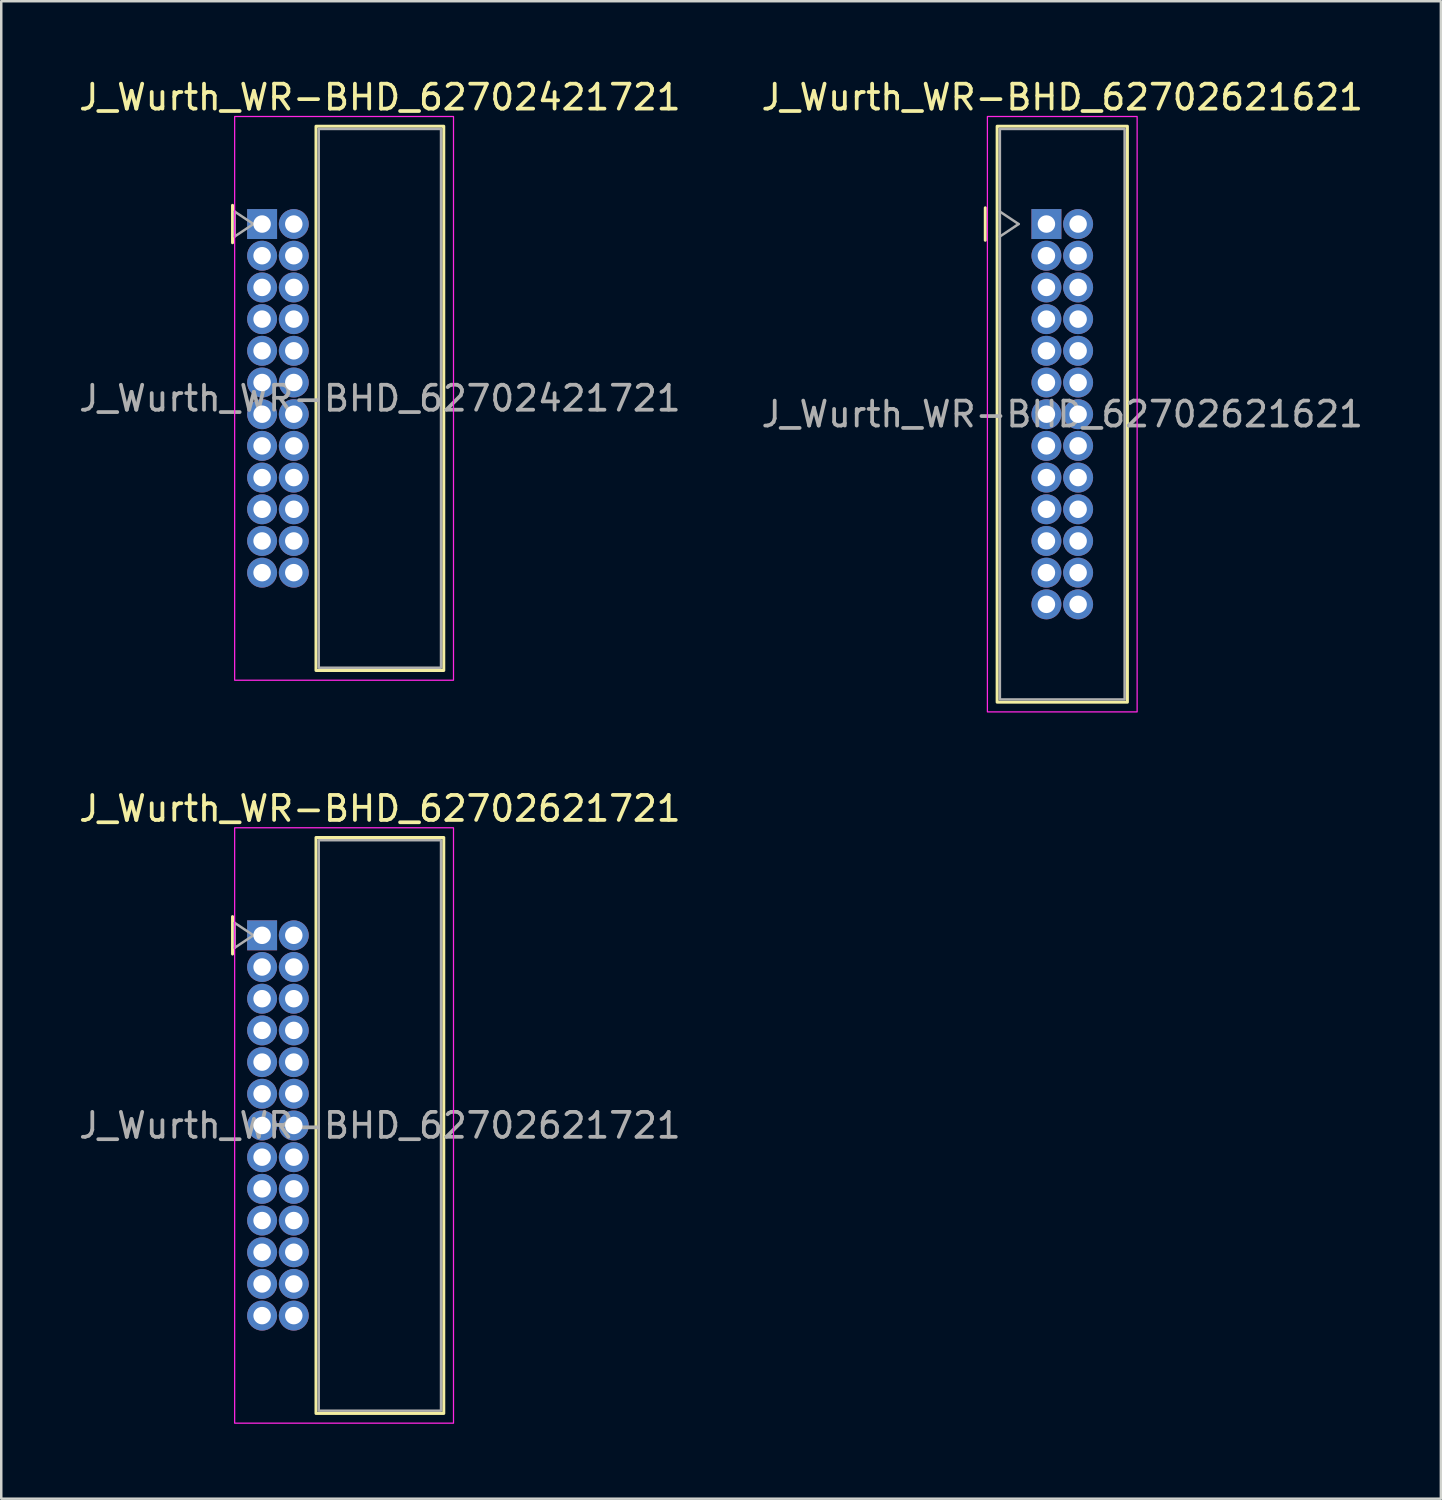
<source format=kicad_pcb>
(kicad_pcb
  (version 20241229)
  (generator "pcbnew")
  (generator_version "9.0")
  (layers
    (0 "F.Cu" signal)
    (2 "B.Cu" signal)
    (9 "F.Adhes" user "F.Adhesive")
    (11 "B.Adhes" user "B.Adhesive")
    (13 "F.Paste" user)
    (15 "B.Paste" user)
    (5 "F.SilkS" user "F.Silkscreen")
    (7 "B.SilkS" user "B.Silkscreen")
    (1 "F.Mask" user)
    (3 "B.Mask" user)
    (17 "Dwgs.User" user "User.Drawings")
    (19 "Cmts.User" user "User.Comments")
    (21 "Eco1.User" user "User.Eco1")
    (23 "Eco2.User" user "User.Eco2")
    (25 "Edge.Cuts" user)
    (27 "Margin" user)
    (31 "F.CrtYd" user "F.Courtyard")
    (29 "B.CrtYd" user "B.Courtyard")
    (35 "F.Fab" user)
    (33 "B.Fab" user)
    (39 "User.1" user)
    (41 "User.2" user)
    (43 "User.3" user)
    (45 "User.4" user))
  (footprint "J_Wurth_WR-BHD_62702621721"
    (layer "F.Cu")
    (at 7.453 34.431)
    (property "Reference" "J_Wurth_WR-BHD_62702621721" (at 4.72 -5.08 0) (unlocked yes) (layer "F.SilkS") (effects (font (size 1 1) (thickness 0.15))))
    (attr through_hole)
    (fp_line (start -1.185 -0.75) (end -1.185 0.75) (stroke (width 0.12) (type solid)) (layer "F.SilkS"))
    (fp_rect (start 2.16 -3.92) (end 7.28 19.16) (stroke (width 0.12) (type solid)) (fill no) (layer "F.SilkS"))
    (fp_rect (start -1.1 -4.31) (end 7.67 19.55) (stroke (width 0.05) (type solid)) (fill no) (layer "F.CrtYd"))
    (fp_line (start -1.1 0.5) (end -1.1 -0.5) (stroke (width 0.1) (type default)) (layer "F.Fab"))
    (fp_line (start -0.35 0) (end -1.1 -0.5) (stroke (width 0.1) (type solid)) (layer "F.Fab"))
    (fp_line (start -0.35 0) (end -1.1 0.5) (stroke (width 0.1) (type solid)) (layer "F.Fab"))
    (fp_rect (start 2.27 -3.81) (end 7.17 19.05) (stroke (width 0.1) (type solid)) (fill no) (layer "F.Fab"))
    (fp_text user "${REFERENCE}" (at 4.72 7.62 0) (unlocked yes) (layer "F.Fab") (effects (font (size 1 1) (thickness 0.15))))
    (pad "1" thru_hole rect (at 0 0 90) (size 1.2 1.2) (drill 0.7) (layers "*.Cu" "*.Mask"))
    (pad "2" thru_hole circle (at 1.27 0 90) (size 1.2 1.2) (drill 0.7) (layers "*.Cu" "*.Mask"))
    (pad "3" thru_hole circle (at 0 1.27 90) (size 1.2 1.2) (drill 0.7) (layers "*.Cu" "*.Mask"))
    (pad "4" thru_hole circle (at 1.27 1.27 90) (size 1.2 1.2) (drill 0.7) (layers "*.Cu" "*.Mask"))
    (pad "5" thru_hole circle (at 0 2.54 90) (size 1.2 1.2) (drill 0.7) (layers "*.Cu" "*.Mask"))
    (pad "6" thru_hole circle (at 1.27 2.54 90) (size 1.2 1.2) (drill 0.7) (layers "*.Cu" "*.Mask"))
    (pad "7" thru_hole circle (at 0 3.81 90) (size 1.2 1.2) (drill 0.7) (layers "*.Cu" "*.Mask"))
    (pad "8" thru_hole circle (at 1.27 3.81 90) (size 1.2 1.2) (drill 0.7) (layers "*.Cu" "*.Mask"))
    (pad "9" thru_hole circle (at 0 5.08 90) (size 1.2 1.2) (drill 0.7) (layers "*.Cu" "*.Mask"))
    (pad "10" thru_hole circle (at 1.27 5.08 90) (size 1.2 1.2) (drill 0.7) (layers "*.Cu" "*.Mask"))
    (pad "11" thru_hole circle (at 0 6.35 90) (size 1.2 1.2) (drill 0.7) (layers "*.Cu" "*.Mask"))
    (pad "12" thru_hole circle (at 1.27 6.35 90) (size 1.2 1.2) (drill 0.7) (layers "*.Cu" "*.Mask"))
    (pad "13" thru_hole circle (at 0 7.62 90) (size 1.2 1.2) (drill 0.7) (layers "*.Cu" "*.Mask"))
    (pad "14" thru_hole circle (at 1.27 7.62 90) (size 1.2 1.2) (drill 0.7) (layers "*.Cu" "*.Mask"))
    (pad "15" thru_hole circle (at 0 8.89 90) (size 1.2 1.2) (drill 0.7) (layers "*.Cu" "*.Mask"))
    (pad "16" thru_hole circle (at 1.27 8.89 90) (size 1.2 1.2) (drill 0.7) (layers "*.Cu" "*.Mask"))
    (pad "17" thru_hole circle (at 0 10.16 90) (size 1.2 1.2) (drill 0.7) (layers "*.Cu" "*.Mask"))
    (pad "18" thru_hole circle (at 1.27 10.16 90) (size 1.2 1.2) (drill 0.7) (layers "*.Cu" "*.Mask"))
    (pad "19" thru_hole circle (at 0 11.43 90) (size 1.2 1.2) (drill 0.7) (layers "*.Cu" "*.Mask"))
    (pad "20" thru_hole circle (at 1.27 11.43 90) (size 1.2 1.2) (drill 0.7) (layers "*.Cu" "*.Mask"))
    (pad "21" thru_hole circle (at 0 12.7 90) (size 1.2 1.2) (drill 0.7) (layers "*.Cu" "*.Mask"))
    (pad "22" thru_hole circle (at 1.27 12.7 90) (size 1.2 1.2) (drill 0.7) (layers "*.Cu" "*.Mask"))
    (pad "23" thru_hole circle (at 0 13.97 90) (size 1.2 1.2) (drill 0.7) (layers "*.Cu" "*.Mask"))
    (pad "24" thru_hole circle (at 1.27 13.97 90) (size 1.2 1.2) (drill 0.7) (layers "*.Cu" "*.Mask"))
    (pad "25" thru_hole circle (at 0 15.24 90) (size 1.2 1.2) (drill 0.7) (layers "*.Cu" "*.Mask"))
    (pad "26" thru_hole circle (at 1.27 15.24 90) (size 1.2 1.2) (drill 0.7) (layers "*.Cu" "*.Mask")))
  (footprint "J_Wurth_WR-BHD_62702621621"
    (layer "F.Cu")
    (at 38.883 5.928)
    (property "Reference" "J_Wurth_WR-BHD_62702621621" (at 0.635 -5.08 0) (unlocked yes) (layer "F.SilkS") (effects (font (size 1 1) (thickness 0.15))))
    (attr through_hole)
    (fp_line (start -2.45 -0.65) (end -2.45 0.65) (stroke (width 0.12) (type solid)) (layer "F.SilkS"))
    (fp_rect (start -1.975 -3.92) (end 3.245 19.16) (stroke (width 0.12) (type default)) (fill no) (layer "F.SilkS"))
    (fp_rect (start -2.365 -4.31) (end 3.635 19.55) (stroke (width 0.05) (type solid)) (fill no) (layer "F.CrtYd"))
    (fp_line (start -1.115 0) (end -1.865 -0.5) (stroke (width 0.1) (type solid)) (layer "F.Fab"))
    (fp_line (start -1.115 0) (end -1.865 0.5) (stroke (width 0.1) (type solid)) (layer "F.Fab"))
    (fp_rect (start -1.865 -3.81) (end 3.135 19.05) (stroke (width 0.1) (type solid)) (fill no) (layer "F.Fab"))
    (fp_text user "${REFERENCE}" (at 0.635 7.62 0) (unlocked yes) (layer "F.Fab") (effects (font (size 1 1) (thickness 0.15))))
    (pad "1" thru_hole rect (at 0 0 90) (size 1.2 1.2) (drill 0.7) (layers "*.Cu" "*.Mask"))
    (pad "2" thru_hole circle (at 1.27 0 90) (size 1.2 1.2) (drill 0.7) (layers "*.Cu" "*.Mask"))
    (pad "3" thru_hole circle (at 0 1.27 90) (size 1.2 1.2) (drill 0.7) (layers "*.Cu" "*.Mask"))
    (pad "4" thru_hole circle (at 1.27 1.27 90) (size 1.2 1.2) (drill 0.7) (layers "*.Cu" "*.Mask"))
    (pad "5" thru_hole circle (at 0 2.54 90) (size 1.2 1.2) (drill 0.7) (layers "*.Cu" "*.Mask"))
    (pad "6" thru_hole circle (at 1.27 2.54 90) (size 1.2 1.2) (drill 0.7) (layers "*.Cu" "*.Mask"))
    (pad "7" thru_hole circle (at 0 3.81 90) (size 1.2 1.2) (drill 0.7) (layers "*.Cu" "*.Mask"))
    (pad "8" thru_hole circle (at 1.27 3.81 90) (size 1.2 1.2) (drill 0.7) (layers "*.Cu" "*.Mask"))
    (pad "9" thru_hole circle (at 0 5.08 90) (size 1.2 1.2) (drill 0.7) (layers "*.Cu" "*.Mask"))
    (pad "10" thru_hole circle (at 1.27 5.08 90) (size 1.2 1.2) (drill 0.7) (layers "*.Cu" "*.Mask"))
    (pad "11" thru_hole circle (at 0 6.35 90) (size 1.2 1.2) (drill 0.7) (layers "*.Cu" "*.Mask"))
    (pad "12" thru_hole circle (at 1.27 6.35 90) (size 1.2 1.2) (drill 0.7) (layers "*.Cu" "*.Mask"))
    (pad "13" thru_hole circle (at 0 7.62 90) (size 1.2 1.2) (drill 0.7) (layers "*.Cu" "*.Mask"))
    (pad "14" thru_hole circle (at 1.27 7.62 90) (size 1.2 1.2) (drill 0.7) (layers "*.Cu" "*.Mask"))
    (pad "15" thru_hole circle (at 0 8.89 90) (size 1.2 1.2) (drill 0.7) (layers "*.Cu" "*.Mask"))
    (pad "16" thru_hole circle (at 1.27 8.89 90) (size 1.2 1.2) (drill 0.7) (layers "*.Cu" "*.Mask"))
    (pad "17" thru_hole circle (at 0 10.16 90) (size 1.2 1.2) (drill 0.7) (layers "*.Cu" "*.Mask"))
    (pad "18" thru_hole circle (at 1.27 10.16 90) (size 1.2 1.2) (drill 0.7) (layers "*.Cu" "*.Mask"))
    (pad "19" thru_hole circle (at 0 11.43 90) (size 1.2 1.2) (drill 0.7) (layers "*.Cu" "*.Mask"))
    (pad "20" thru_hole circle (at 1.27 11.43 90) (size 1.2 1.2) (drill 0.7) (layers "*.Cu" "*.Mask"))
    (pad "21" thru_hole circle (at 0 12.7 90) (size 1.2 1.2) (drill 0.7) (layers "*.Cu" "*.Mask"))
    (pad "22" thru_hole circle (at 1.27 12.7 90) (size 1.2 1.2) (drill 0.7) (layers "*.Cu" "*.Mask"))
    (pad "23" thru_hole circle (at 0 13.97 90) (size 1.2 1.2) (drill 0.7) (layers "*.Cu" "*.Mask"))
    (pad "24" thru_hole circle (at 1.27 13.97 90) (size 1.2 1.2) (drill 0.7) (layers "*.Cu" "*.Mask"))
    (pad "25" thru_hole circle (at 0 15.24 90) (size 1.2 1.2) (drill 0.7) (layers "*.Cu" "*.Mask"))
    (pad "26" thru_hole circle (at 1.27 15.24 90) (size 1.2 1.2) (drill 0.7) (layers "*.Cu" "*.Mask")))
  (footprint "J_Wurth_WR-BHD_62702421721"
    (layer "F.Cu")
    (at 7.453 5.928)
    (property "Reference" "J_Wurth_WR-BHD_62702421721" (at 4.72 -5.08 0) (unlocked yes) (layer "F.SilkS") (effects (font (size 1 1) (thickness 0.15))))
    (attr through_hole)
    (fp_line (start -1.185 -0.75) (end -1.185 0.75) (stroke (width 0.12) (type solid)) (layer "F.SilkS"))
    (fp_rect (start 2.16 -3.92) (end 7.28 17.89) (stroke (width 0.12) (type solid)) (fill no) (layer "F.SilkS"))
    (fp_rect (start -1.1 -4.31) (end 7.67 18.28) (stroke (width 0.05) (type solid)) (fill no) (layer "F.CrtYd"))
    (fp_line (start -1.1 0.5) (end -1.1 -0.5) (stroke (width 0.1) (type default)) (layer "F.Fab"))
    (fp_line (start -0.35 0) (end -1.1 -0.5) (stroke (width 0.1) (type solid)) (layer "F.Fab"))
    (fp_line (start -0.35 0) (end -1.1 0.5) (stroke (width 0.1) (type solid)) (layer "F.Fab"))
    (fp_rect (start 2.27 -3.81) (end 7.17 17.78) (stroke (width 0.1) (type solid)) (fill no) (layer "F.Fab"))
    (fp_text user "${REFERENCE}" (at 4.72 6.985 0) (unlocked yes) (layer "F.Fab") (effects (font (size 1 1) (thickness 0.15))))
    (pad "1" thru_hole rect (at 0 0 90) (size 1.2 1.2) (drill 0.7) (layers "*.Cu" "*.Mask"))
    (pad "2" thru_hole circle (at 1.27 0 90) (size 1.2 1.2) (drill 0.7) (layers "*.Cu" "*.Mask"))
    (pad "3" thru_hole circle (at 0 1.27 90) (size 1.2 1.2) (drill 0.7) (layers "*.Cu" "*.Mask"))
    (pad "4" thru_hole circle (at 1.27 1.27 90) (size 1.2 1.2) (drill 0.7) (layers "*.Cu" "*.Mask"))
    (pad "5" thru_hole circle (at 0 2.54 90) (size 1.2 1.2) (drill 0.7) (layers "*.Cu" "*.Mask"))
    (pad "6" thru_hole circle (at 1.27 2.54 90) (size 1.2 1.2) (drill 0.7) (layers "*.Cu" "*.Mask"))
    (pad "7" thru_hole circle (at 0 3.81 90) (size 1.2 1.2) (drill 0.7) (layers "*.Cu" "*.Mask"))
    (pad "8" thru_hole circle (at 1.27 3.81 90) (size 1.2 1.2) (drill 0.7) (layers "*.Cu" "*.Mask"))
    (pad "9" thru_hole circle (at 0 5.08 90) (size 1.2 1.2) (drill 0.7) (layers "*.Cu" "*.Mask"))
    (pad "10" thru_hole circle (at 1.27 5.08 90) (size 1.2 1.2) (drill 0.7) (layers "*.Cu" "*.Mask"))
    (pad "11" thru_hole circle (at 0 6.35 90) (size 1.2 1.2) (drill 0.7) (layers "*.Cu" "*.Mask"))
    (pad "12" thru_hole circle (at 1.27 6.35 90) (size 1.2 1.2) (drill 0.7) (layers "*.Cu" "*.Mask"))
    (pad "13" thru_hole circle (at 0 7.62 90) (size 1.2 1.2) (drill 0.7) (layers "*.Cu" "*.Mask"))
    (pad "14" thru_hole circle (at 1.27 7.62 90) (size 1.2 1.2) (drill 0.7) (layers "*.Cu" "*.Mask"))
    (pad "15" thru_hole circle (at 0 8.89 90) (size 1.2 1.2) (drill 0.7) (layers "*.Cu" "*.Mask"))
    (pad "16" thru_hole circle (at 1.27 8.89 90) (size 1.2 1.2) (drill 0.7) (layers "*.Cu" "*.Mask"))
    (pad "17" thru_hole circle (at 0 10.16 90) (size 1.2 1.2) (drill 0.7) (layers "*.Cu" "*.Mask"))
    (pad "18" thru_hole circle (at 1.27 10.16 90) (size 1.2 1.2) (drill 0.7) (layers "*.Cu" "*.Mask"))
    (pad "19" thru_hole circle (at 0 11.43 90) (size 1.2 1.2) (drill 0.7) (layers "*.Cu" "*.Mask"))
    (pad "20" thru_hole circle (at 1.27 11.43 90) (size 1.2 1.2) (drill 0.7) (layers "*.Cu" "*.Mask"))
    (pad "21" thru_hole circle (at 0 12.7 90) (size 1.2 1.2) (drill 0.7) (layers "*.Cu" "*.Mask"))
    (pad "22" thru_hole circle (at 1.27 12.7 90) (size 1.2 1.2) (drill 0.7) (layers "*.Cu" "*.Mask"))
    (pad "23" thru_hole circle (at 0 13.97 90) (size 1.2 1.2) (drill 0.7) (layers "*.Cu" "*.Mask"))
    (pad "24" thru_hole circle (at 1.27 13.97 90) (size 1.2 1.2) (drill 0.7) (layers "*.Cu" "*.Mask")))
  (gr_rect
    (start -3 -3)
    (end 54.69 57.007)
    (stroke (width 0.1) (type default))
    (fill no)
    (layer "Edge.Cuts")))
</source>
